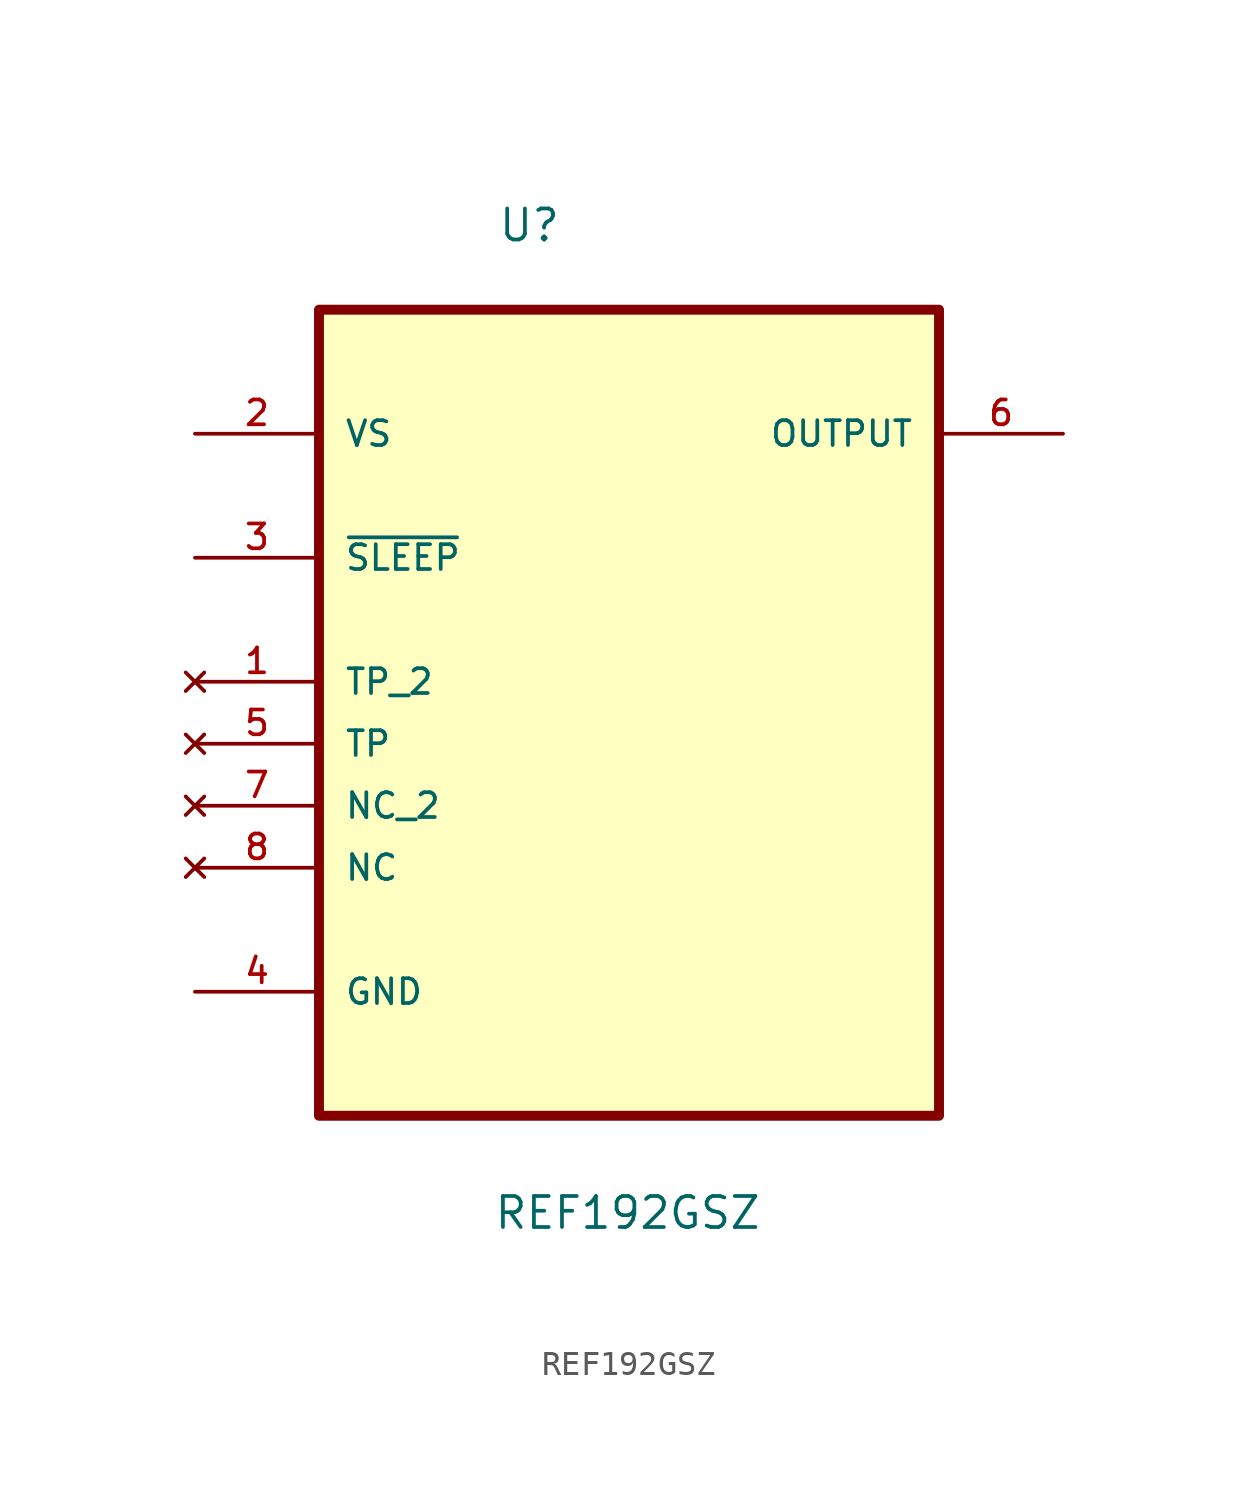
<source format=kicad_sym>
(kicad_symbol_lib
  (version 20211014)
  (generator kicad_symbol_editor)
  (symbol "REF192GSZ"
    (pin_names
      (offset 1.016))
    (property "Reference" "U"
      (at -5.392 15.414 0.0)
      (effects (font (size 1.27 1.27)) (justify bottom left)))
    (property "Value" "REF192GSZ"
      (at -5.567 -25.04 0.0)
      (effects (font (size 1.27 1.27)) (justify bottom left)))
    (symbol "REF192GSZ_0_0"
      (rectangle (start -12.7 -20.32) (end 12.7 12.7) (stroke (width 0.406)) (fill (type background)))
      (pin power_in line (at -17.78 7.62 0) (length 5.08) (name "VS" (effects (font (size 1.016 1.016)))) (number "2" (effects (font (size 1.016 1.016)))))
      (pin input line (at -17.78 2.54 0) (length 5.08) (name "~{SLEEP}" (effects (font (size 1.016 1.016)))) (number "3" (effects (font (size 1.016 1.016)))))
      (pin no_connect line (at -17.78 -2.54 0) (length 5.08) (name "TP_2" (effects (font (size 1.016 1.016)))) (number "1" (effects (font (size 1.016 1.016)))))
      (pin no_connect line (at -17.78 -5.08 0) (length 5.08) (name "TP" (effects (font (size 1.016 1.016)))) (number "5" (effects (font (size 1.016 1.016)))))
      (pin no_connect line (at -17.78 -7.62 0) (length 5.08) (name "NC_2" (effects (font (size 1.016 1.016)))) (number "7" (effects (font (size 1.016 1.016)))))
      (pin no_connect line (at -17.78 -10.16 0) (length 5.08) (name "NC" (effects (font (size 1.016 1.016)))) (number "8" (effects (font (size 1.016 1.016)))))
      (pin passive line (at -17.78 -15.24 0) (length 5.08) (name "GND" (effects (font (size 1.016 1.016)))) (number "4" (effects (font (size 1.016 1.016)))))
      (pin output line (at 17.78 7.62 180.0) (length 5.08) (name "OUTPUT" (effects (font (size 1.016 1.016)))) (number "6" (effects (font (size 1.016 1.016))))))))
</source>
